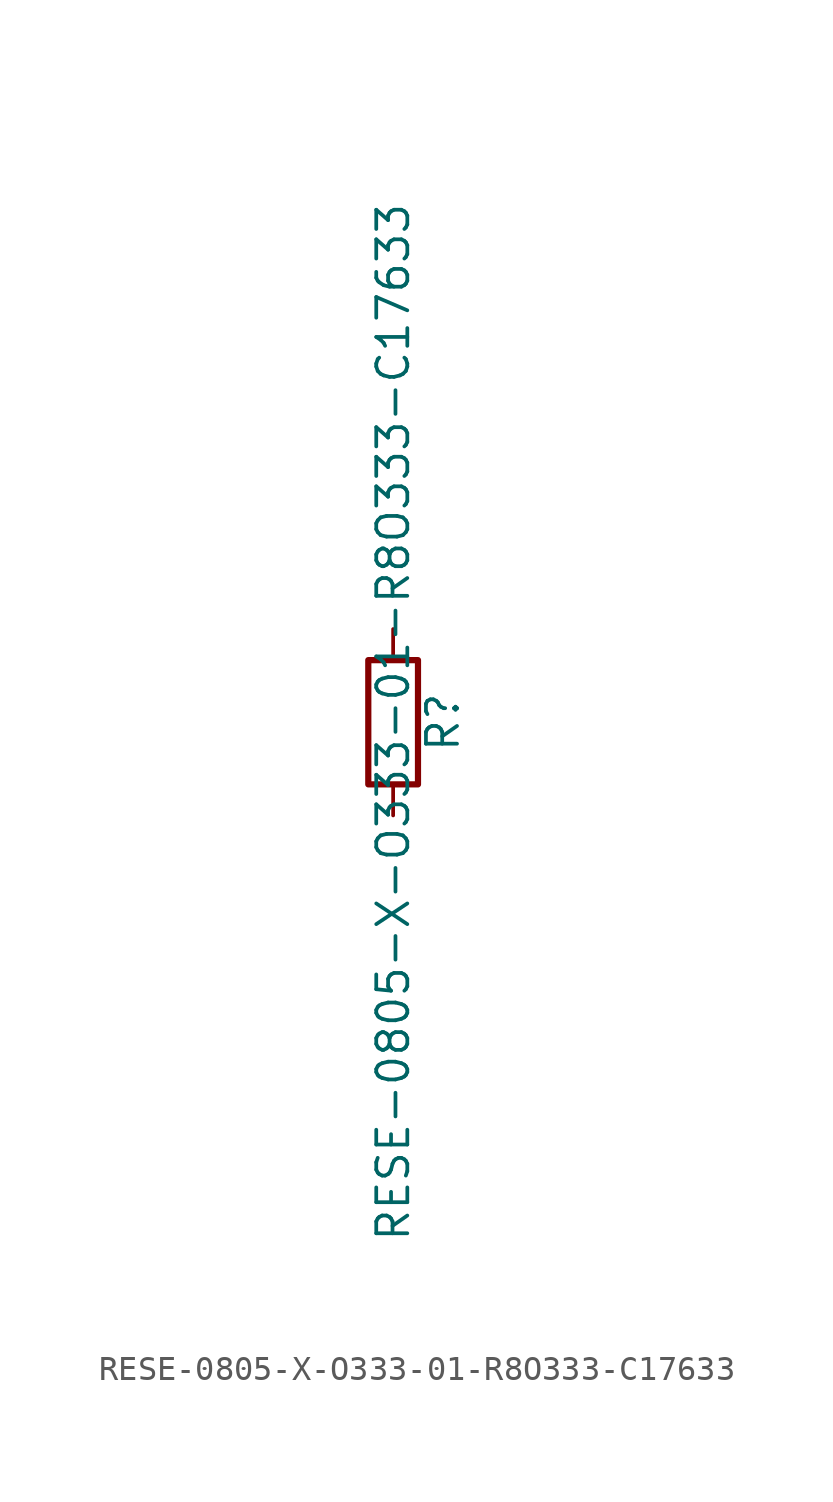
<source format=kicad_sym>
(kicad_symbol_lib
  (version 20211014)
  (generator kicad_symbol_editor)
  (symbol "RESE-0805-X-O333-01-R8O333-C17633"
    (pin_numbers hide)
    (pin_names
      (offset 0))
    (property "Reference" "R"
      (at 2.032 0 90)
      (effects (font (size 1.27 1.27))))
    (property "Value" "RESE-0805-X-O333-01-R8O333-C17633"
      (at 0 0 90)
      (effects (font (size 1.27 1.27))))
    (symbol "RESE-0805-X-O333-01-R8O333-C17633_0_1"
      (rectangle (start -1.016 -2.54) (end 1.016 2.54) (stroke (width 0.254) (type default) (color 0 0 0 0)) (fill (type none))))
    (symbol "RESE-0805-X-O333-01-R8O333-C17633_1_1"
      (pin passive line (at 0 3.81 270) (length 1.27) (name "~" (effects (font (size 1.27 1.27)))) (number "1" (effects (font (size 1.27 1.27)))))
      (pin passive line (at 0 -3.81 90) (length 1.27) (name "~" (effects (font (size 1.27 1.27)))) (number "2" (effects (font (size 1.27 1.27))))))))
</source>
